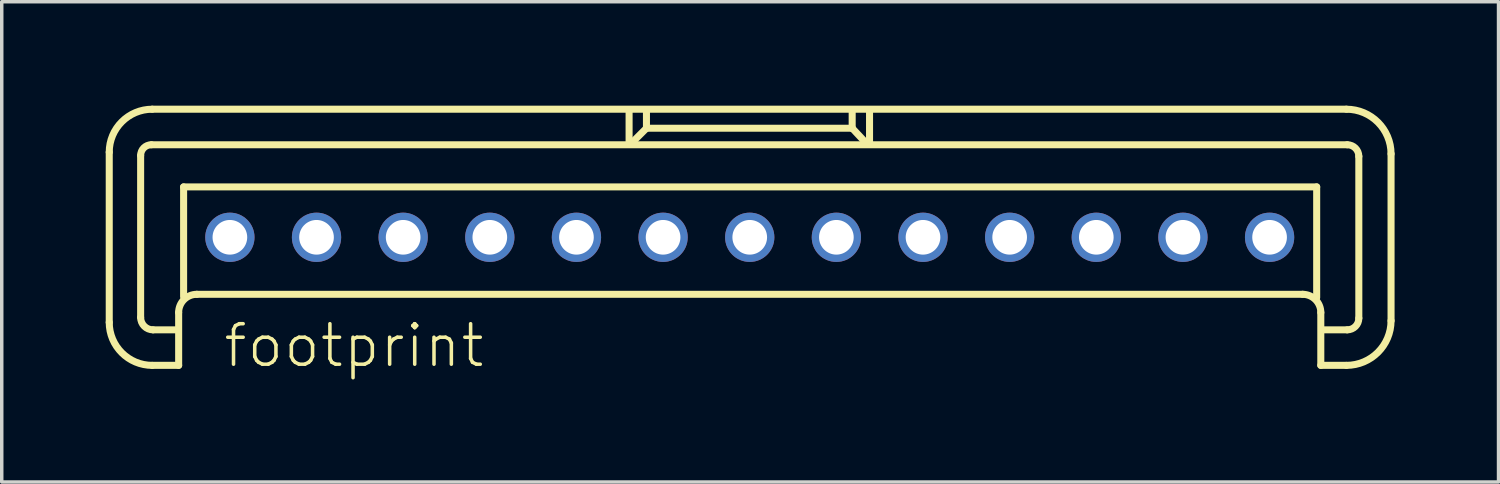
<source format=kicad_pcb>
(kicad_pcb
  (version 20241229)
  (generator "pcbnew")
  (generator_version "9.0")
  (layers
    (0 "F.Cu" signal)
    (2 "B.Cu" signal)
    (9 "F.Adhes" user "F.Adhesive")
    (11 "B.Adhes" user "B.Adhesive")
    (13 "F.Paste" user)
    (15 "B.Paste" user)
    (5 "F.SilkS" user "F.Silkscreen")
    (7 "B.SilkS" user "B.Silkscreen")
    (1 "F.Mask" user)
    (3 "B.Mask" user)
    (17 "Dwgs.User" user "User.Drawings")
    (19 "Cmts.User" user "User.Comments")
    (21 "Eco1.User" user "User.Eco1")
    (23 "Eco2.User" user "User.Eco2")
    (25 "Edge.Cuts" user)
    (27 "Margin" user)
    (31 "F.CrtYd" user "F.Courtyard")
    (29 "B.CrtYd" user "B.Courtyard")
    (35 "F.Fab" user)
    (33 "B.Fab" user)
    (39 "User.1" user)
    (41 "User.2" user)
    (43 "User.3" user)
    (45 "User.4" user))
  (footprint "footprint"
    (layer "F.Cu")
    (at 18.583 3.797)
    (property "Reference" "footprint" (at -15.24 3.81 0) (layer "F.SilkS") (effects (font (size 1.168 1.168) (thickness 0.102)) (justify left bottom)))
    (fp_line (start -18.481 2.456) (end -18.481 -2.456) (stroke (width 0.203) (type solid)) (layer "F.SilkS"))
    (fp_line (start -17.575 2.313) (end -17.575 -2.361) (stroke (width 0.203) (type solid)) (layer "F.SilkS"))
    (fp_line (start -17.265 -2.67) (end 17.241 -2.67) (stroke (width 0.203) (type solid)) (layer "F.SilkS"))
    (fp_line (start -17.241 -3.696) (end 17.217 -3.696) (stroke (width 0.203) (type solid)) (layer "F.SilkS"))
    (fp_line (start -16.502 2.67) (end -17.217 2.67) (stroke (width 0.203) (type solid)) (layer "F.SilkS"))
    (fp_line (start -16.478 2.17) (end -16.478 3.695) (stroke (width 0.203) (type solid)) (layer "F.SilkS"))
    (fp_line (start -16.478 3.695) (end -17.241 3.695) (stroke (width 0.203) (type solid)) (layer "F.SilkS"))
    (fp_line (start -16.335 -1.454) (end 16.359 -1.454) (stroke (width 0.203) (type solid)) (layer "F.SilkS"))
    (fp_line (start -16.335 1.716) (end -16.335 -1.454) (stroke (width 0.203) (type solid)) (layer "F.SilkS"))
    (fp_line (start -3.481 -3.648) (end -3.481 -2.742) (stroke (width 0.203) (type solid)) (layer "F.SilkS"))
    (fp_line (start -3.004 -3.123) (end -3.386 -2.742) (stroke (width 0.203) (type solid)) (layer "F.SilkS"))
    (fp_line (start -2.98 -3.147) (end -2.98 -3.624) (stroke (width 0.203) (type solid)) (layer "F.SilkS"))
    (fp_line (start 2.956 -3.672) (end 2.956 -3.147) (stroke (width 0.203) (type solid)) (layer "F.SilkS"))
    (fp_line (start 2.956 -3.147) (end -2.98 -3.147) (stroke (width 0.203) (type solid)) (layer "F.SilkS"))
    (fp_line (start 2.98 -3.123) (end 3.314 -2.766) (stroke (width 0.203) (type solid)) (layer "F.SilkS"))
    (fp_line (start 3.457 -3.624) (end 3.457 -2.742) (stroke (width 0.203) (type solid)) (layer "F.SilkS"))
    (fp_line (start 15.954 1.645) (end -15.954 1.645) (stroke (width 0.203) (type solid)) (layer "F.SilkS"))
    (fp_line (start 16.359 -1.454) (end 16.359 1.74) (stroke (width 0.203) (type solid)) (layer "F.SilkS"))
    (fp_line (start 16.478 3.695) (end 16.478 2.17) (stroke (width 0.203) (type solid)) (layer "F.SilkS"))
    (fp_line (start 17.217 3.695) (end 16.478 3.695) (stroke (width 0.203) (type solid)) (layer "F.SilkS"))
    (fp_line (start 17.241 2.67) (end 16.573 2.67) (stroke (width 0.203) (type solid)) (layer "F.SilkS"))
    (fp_line (start 17.575 -2.337) (end 17.575 2.336) (stroke (width 0.203) (type solid)) (layer "F.SilkS"))
    (fp_line (start 18.505 -2.408) (end 18.505 2.408) (stroke (width 0.203) (type solid)) (layer "F.SilkS"))
    (fp_arc (start -18.481 -2.4558) (mid -18.117871 -3.332471) (end -17.2412 -3.6956) (stroke (width 0.2032) (type solid)) (layer "F.SilkS"))
    (fp_arc (start -17.575 -2.3605) (mid -17.484232 -2.579632) (end -17.2651 -2.6704) (stroke (width 0.2032) (type solid)) (layer "F.SilkS"))
    (fp_arc (start -17.2412 3.6954) (mid -18.117871 3.332271) (end -18.481 2.4556) (stroke (width 0.2032) (type solid)) (layer "F.SilkS"))
    (fp_arc (start -17.2174 2.6702) (mid -17.470261 2.565461) (end -17.575 2.3126) (stroke (width 0.2032) (type solid)) (layer "F.SilkS"))
    (fp_arc (start -16.4783 2.1695) (mid -16.324678 1.798622) (end -15.9538 1.645) (stroke (width 0.2032) (type solid)) (layer "F.SilkS"))
    (fp_arc (start 15.9536 1.645) (mid 16.324478 1.798622) (end 16.4781 2.1695) (stroke (width 0.2032) (type solid)) (layer "F.SilkS"))
    (fp_arc (start 17.2172 -3.6956) (mid 18.1276 -3.3185) (end 18.5047 -2.4081) (stroke (width 0.2032) (type solid)) (layer "F.SilkS"))
    (fp_arc (start 17.2411 -2.6704) (mid 17.477132 -2.572632) (end 17.5749 -2.3366) (stroke (width 0.2032) (type solid)) (layer "F.SilkS"))
    (fp_arc (start 17.5749 2.3364) (mid 17.477132 2.572432) (end 17.2411 2.6702) (stroke (width 0.2032) (type solid)) (layer "F.SilkS"))
    (fp_arc (start 18.5047 2.4079) (mid 18.1276 3.3183) (end 17.2172 3.6954) (stroke (width 0.2032) (type solid)) (layer "F.SilkS"))
    (pad "1" thru_hole circle (at -15 0) (size 1.422 1.422) (drill 1) (layers "*.Cu" "*.Mask"))
    (pad "2" thru_hole circle (at -12.5 0) (size 1.422 1.422) (drill 1) (layers "*.Cu" "*.Mask"))
    (pad "3" thru_hole circle (at -10 0) (size 1.422 1.422) (drill 1) (layers "*.Cu" "*.Mask"))
    (pad "4" thru_hole circle (at -7.5 0) (size 1.422 1.422) (drill 1) (layers "*.Cu" "*.Mask"))
    (pad "5" thru_hole circle (at -5 0) (size 1.422 1.422) (drill 1) (layers "*.Cu" "*.Mask"))
    (pad "6" thru_hole circle (at -2.5 0) (size 1.422 1.422) (drill 1) (layers "*.Cu" "*.Mask"))
    (pad "7" thru_hole circle (at 0 0) (size 1.422 1.422) (drill 1) (layers "*.Cu" "*.Mask"))
    (pad "8" thru_hole circle (at 2.5 0) (size 1.422 1.422) (drill 1) (layers "*.Cu" "*.Mask"))
    (pad "9" thru_hole circle (at 5 0) (size 1.422 1.422) (drill 1) (layers "*.Cu" "*.Mask"))
    (pad "10" thru_hole circle (at 7.5 0) (size 1.422 1.422) (drill 1) (layers "*.Cu" "*.Mask"))
    (pad "11" thru_hole circle (at 10 0) (size 1.422 1.422) (drill 1) (layers "*.Cu" "*.Mask"))
    (pad "12" thru_hole circle (at 12.5 0) (size 1.422 1.422) (drill 1) (layers "*.Cu" "*.Mask"))
    (pad "13" thru_hole circle (at 15 0) (size 1.422 1.422) (drill 1) (layers "*.Cu" "*.Mask")))
  (gr_rect
    (start -3 -3)
    (end 40.189 10.858)
    (stroke (width 0.1) (type default))
    (fill no)
    (layer "Edge.Cuts")))
</source>
